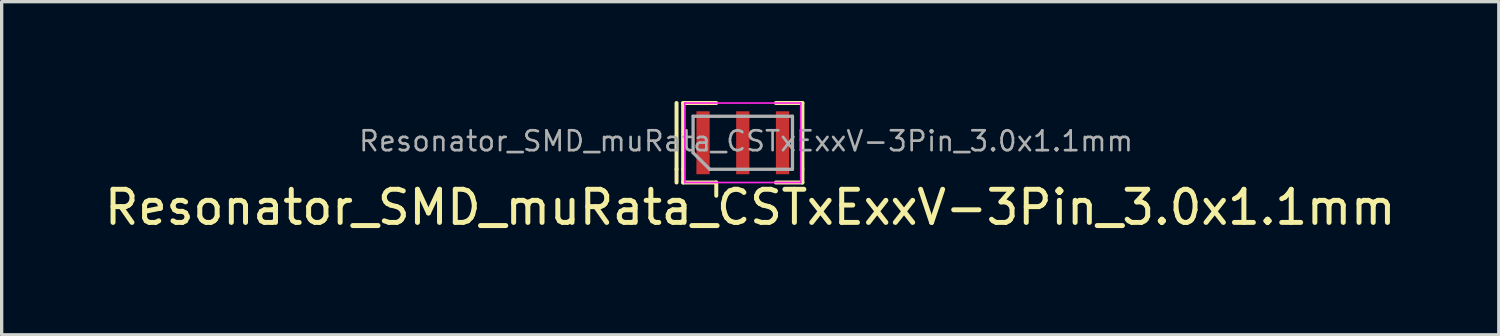
<source format=kicad_pcb>
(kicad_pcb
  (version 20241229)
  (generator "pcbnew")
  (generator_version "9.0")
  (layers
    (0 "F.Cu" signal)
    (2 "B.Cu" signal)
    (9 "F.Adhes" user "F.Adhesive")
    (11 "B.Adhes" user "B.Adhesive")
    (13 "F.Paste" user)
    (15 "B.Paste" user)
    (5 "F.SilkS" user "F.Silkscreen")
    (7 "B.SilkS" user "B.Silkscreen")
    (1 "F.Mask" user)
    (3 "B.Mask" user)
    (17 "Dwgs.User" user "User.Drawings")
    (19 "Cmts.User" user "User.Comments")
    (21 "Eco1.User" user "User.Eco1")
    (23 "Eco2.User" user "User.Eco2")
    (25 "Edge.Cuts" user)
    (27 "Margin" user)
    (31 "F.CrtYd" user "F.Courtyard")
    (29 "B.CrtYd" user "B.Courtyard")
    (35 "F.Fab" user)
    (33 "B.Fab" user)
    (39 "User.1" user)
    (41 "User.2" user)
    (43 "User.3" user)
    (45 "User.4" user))
  (footprint "Resonator_SMD_muRata_CSTxExxV-3Pin_3.0x1.1mm"
    (layer "F.Cu")
    (at 19.376 1.26)
    (property "Reference" "Resonator_SMD_muRata_CSTxExxV-3Pin_3.0x1.1mm" (at 0.225 1.95 180) (layer "F.SilkS") (effects (font (size 1 1) (thickness 0.15))))
    (attr smd)
    (fp_line (start -2 -1.2) (end -2 0.8) (stroke (width 0.12) (type solid)) (layer "F.SilkS"))
    (fp_line (start -2 0.8) (end -2 1.2) (stroke (width 0.12) (type solid)) (layer "F.SilkS"))
    (fp_line (start -1.8 -1.2) (end -0.8 -1.2) (stroke (width 0.12) (type solid)) (layer "F.SilkS"))
    (fp_line (start -1.8 0.8) (end -1.8 -1.2) (stroke (width 0.12) (type solid)) (layer "F.SilkS"))
    (fp_line (start -1.8 0.8) (end -1.8 1.2) (stroke (width 0.12) (type solid)) (layer "F.SilkS"))
    (fp_line (start -0.8 1.2) (end -1.8 1.2) (stroke (width 0.12) (type solid)) (layer "F.SilkS"))
    (fp_line (start -0.8 1.2) (end -0.8 1.6) (stroke (width 0.12) (type solid)) (layer "F.SilkS"))
    (fp_line (start 1 -1.2) (end 1.8 -1.2) (stroke (width 0.12) (type solid)) (layer "F.SilkS"))
    (fp_line (start 1.8 -1.2) (end 1.8 0.8) (stroke (width 0.12) (type solid)) (layer "F.SilkS"))
    (fp_line (start 1.8 0.8) (end 1.8 1.2) (stroke (width 0.12) (type solid)) (layer "F.SilkS"))
    (fp_line (start 1.8 1.2) (end 1 1.2) (stroke (width 0.12) (type solid)) (layer "F.SilkS"))
    (fp_line (start -1.75 -1.2) (end 1.75 -1.2) (stroke (width 0.05) (type solid)) (layer "F.CrtYd"))
    (fp_line (start -1.75 1.2) (end -1.75 -1.2) (stroke (width 0.05) (type solid)) (layer "F.CrtYd"))
    (fp_line (start 1.75 -1.2) (end 1.75 1.2) (stroke (width 0.05) (type solid)) (layer "F.CrtYd"))
    (fp_line (start 1.75 1.2) (end -1.75 1.2) (stroke (width 0.05) (type solid)) (layer "F.CrtYd"))
    (fp_line (start -1.5 0.3) (end -1.5 -0.8) (stroke (width 0.1) (type solid)) (layer "F.Fab"))
    (fp_line (start -1 0.8) (end -1.5 0.3) (stroke (width 0.1) (type solid)) (layer "F.Fab"))
    (fp_line (start -1 0.8) (end 1.5 0.8) (stroke (width 0.1) (type solid)) (layer "F.Fab"))
    (fp_line (start 1.5 -0.8) (end -1.5 -0.8) (stroke (width 0.1) (type solid)) (layer "F.Fab"))
    (fp_line (start 1.5 0.8) (end 1.5 -0.8) (stroke (width 0.1) (type solid)) (layer "F.Fab"))
    (fp_text user "${REFERENCE}" (at 0.1 -0.05 180) (layer "F.Fab") (effects (font (size 0.6 0.6) (thickness 0.08))))
    (pad "1" smd rect (at -1.2 0) (size 0.4 1.9) (layers "F.Cu" "F.Mask" "F.Paste"))
    (pad "2" smd rect (at 0 0) (size 0.4 1.9) (layers "F.Cu" "F.Mask" "F.Paste"))
    (pad "3" smd rect (at 1.2 0) (size 0.4 1.9) (layers "F.Cu" "F.Mask" "F.Paste")))
  (gr_rect
    (start -3 -3)
    (end 42.202 7.058)
    (stroke (width 0.1) (type default))
    (fill no)
    (layer "Edge.Cuts")))
</source>
